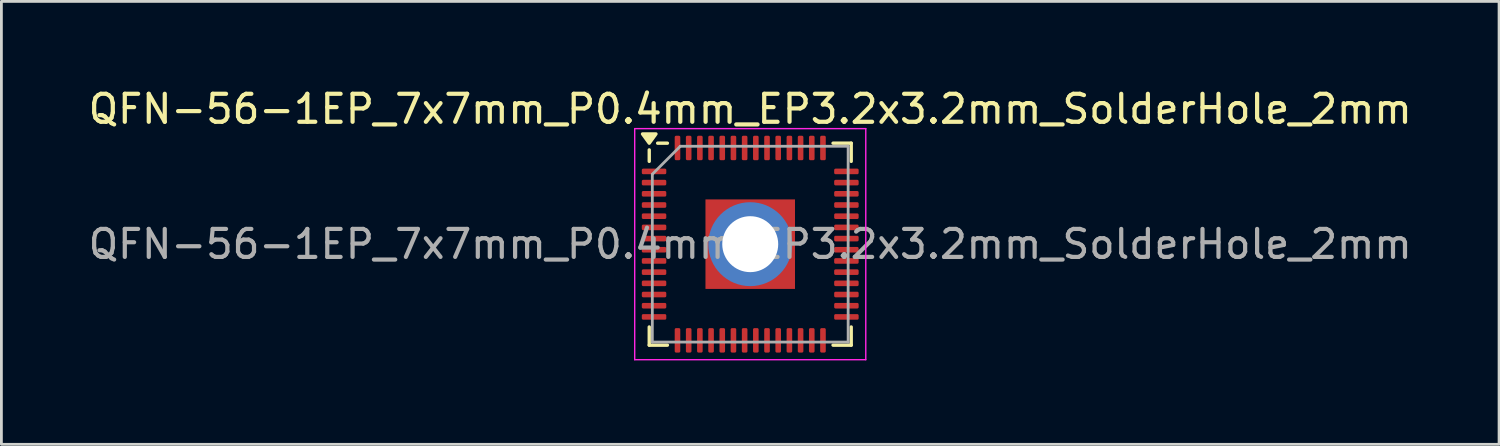
<source format=kicad_pcb>
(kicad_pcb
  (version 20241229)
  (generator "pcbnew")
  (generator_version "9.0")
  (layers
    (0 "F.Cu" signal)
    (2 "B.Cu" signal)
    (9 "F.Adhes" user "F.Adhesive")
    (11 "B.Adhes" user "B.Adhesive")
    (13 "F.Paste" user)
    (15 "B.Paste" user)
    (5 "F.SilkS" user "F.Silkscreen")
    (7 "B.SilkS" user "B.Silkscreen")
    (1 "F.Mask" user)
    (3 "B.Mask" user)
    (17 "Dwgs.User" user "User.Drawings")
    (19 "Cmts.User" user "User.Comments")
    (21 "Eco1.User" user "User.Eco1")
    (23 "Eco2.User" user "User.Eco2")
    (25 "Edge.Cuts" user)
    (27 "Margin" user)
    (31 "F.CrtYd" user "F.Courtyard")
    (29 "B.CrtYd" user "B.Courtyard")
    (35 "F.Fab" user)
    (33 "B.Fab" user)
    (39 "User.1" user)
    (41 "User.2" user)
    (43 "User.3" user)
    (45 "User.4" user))
  (footprint "QFN-56-1EP_7x7mm_P0.4mm_EP3.2x3.2mm_SolderHole_2mm"
    (layer "F.Cu")
    (at 23.768 5.678)
    (property "Reference" "QFN-56-1EP_7x7mm_P0.4mm_EP3.2x3.2mm_SolderHole_2mm" (at 0 -4.83 0) (layer "F.SilkS") (effects (font (size 1 1) (thickness 0.15))))
    (attr smd)
    (fp_line (start -3.61 -2.96) (end -3.61 -3.37) (stroke (width 0.12) (type solid)) (layer "F.SilkS"))
    (fp_line (start -3.61 3.61) (end -3.61 2.96) (stroke (width 0.12) (type solid)) (layer "F.SilkS"))
    (fp_line (start -2.96 -3.61) (end -3.31 -3.61) (stroke (width 0.12) (type solid)) (layer "F.SilkS"))
    (fp_line (start -2.96 3.61) (end -3.61 3.61) (stroke (width 0.12) (type solid)) (layer "F.SilkS"))
    (fp_line (start 2.96 -3.61) (end 3.61 -3.61) (stroke (width 0.12) (type solid)) (layer "F.SilkS"))
    (fp_line (start 2.96 3.61) (end 3.61 3.61) (stroke (width 0.12) (type solid)) (layer "F.SilkS"))
    (fp_line (start 3.61 -3.61) (end 3.61 -2.96) (stroke (width 0.12) (type solid)) (layer "F.SilkS"))
    (fp_line (start 3.61 3.61) (end 3.61 2.96) (stroke (width 0.12) (type solid)) (layer "F.SilkS"))
    (fp_poly (pts (xy -3.61 -3.61) (xy -3.85 -3.94) (xy -3.37 -3.94) (xy -3.61 -3.61)) (stroke (width 0.12) (type solid)) (fill yes) (layer "F.SilkS"))
    (fp_line (start -4.13 -4.13) (end -4.13 4.13) (stroke (width 0.05) (type solid)) (layer "F.CrtYd"))
    (fp_line (start -4.13 4.13) (end 4.13 4.13) (stroke (width 0.05) (type solid)) (layer "F.CrtYd"))
    (fp_line (start 4.13 -4.13) (end -4.13 -4.13) (stroke (width 0.05) (type solid)) (layer "F.CrtYd"))
    (fp_line (start 4.13 4.13) (end 4.13 -4.13) (stroke (width 0.05) (type solid)) (layer "F.CrtYd"))
    (fp_line (start -3.5 -2.5) (end -2.5 -3.5) (stroke (width 0.1) (type solid)) (layer "F.Fab"))
    (fp_line (start -3.5 3.5) (end -3.5 -2.5) (stroke (width 0.1) (type solid)) (layer "F.Fab"))
    (fp_line (start -2.5 -3.5) (end 3.5 -3.5) (stroke (width 0.1) (type solid)) (layer "F.Fab"))
    (fp_line (start 3.5 -3.5) (end 3.5 3.5) (stroke (width 0.1) (type solid)) (layer "F.Fab"))
    (fp_line (start 3.5 3.5) (end -3.5 3.5) (stroke (width 0.1) (type solid)) (layer "F.Fab"))
    (fp_text user "${REFERENCE}" (at 0 0 0) (layer "F.Fab") (effects (font (size 1 1) (thickness 0.15))))
    (pad "" smd roundrect (at -0.8 -0.8) (size 1.29 1.29) (layers "F.Paste") (roundrect_rratio 0.194))
    (pad "" smd roundrect (at -0.8 0.8) (size 1.29 1.29) (layers "F.Paste") (roundrect_rratio 0.194))
    (pad "" smd roundrect (at 0.8 -0.8) (size 1.29 1.29) (layers "F.Paste") (roundrect_rratio 0.194))
    (pad "" smd roundrect (at 0.8 0.8) (size 1.29 1.29) (layers "F.Paste") (roundrect_rratio 0.194))
    (pad "1" smd roundrect (at -3.438 -2.6) (size 0.875 0.2) (layers "F.Cu" "F.Mask" "F.Paste") (roundrect_rratio 0.25))
    (pad "2" smd roundrect (at -3.438 -2.2) (size 0.875 0.2) (layers "F.Cu" "F.Mask" "F.Paste") (roundrect_rratio 0.25))
    (pad "3" smd roundrect (at -3.438 -1.8) (size 0.875 0.2) (layers "F.Cu" "F.Mask" "F.Paste") (roundrect_rratio 0.25))
    (pad "4" smd roundrect (at -3.438 -1.4) (size 0.875 0.2) (layers "F.Cu" "F.Mask" "F.Paste") (roundrect_rratio 0.25))
    (pad "5" smd roundrect (at -3.438 -1) (size 0.875 0.2) (layers "F.Cu" "F.Mask" "F.Paste") (roundrect_rratio 0.25))
    (pad "6" smd roundrect (at -3.438 -0.6) (size 0.875 0.2) (layers "F.Cu" "F.Mask" "F.Paste") (roundrect_rratio 0.25))
    (pad "7" smd roundrect (at -3.438 -0.2) (size 0.875 0.2) (layers "F.Cu" "F.Mask" "F.Paste") (roundrect_rratio 0.25))
    (pad "8" smd roundrect (at -3.438 0.2) (size 0.875 0.2) (layers "F.Cu" "F.Mask" "F.Paste") (roundrect_rratio 0.25))
    (pad "9" smd roundrect (at -3.438 0.6) (size 0.875 0.2) (layers "F.Cu" "F.Mask" "F.Paste") (roundrect_rratio 0.25))
    (pad "10" smd roundrect (at -3.438 1) (size 0.875 0.2) (layers "F.Cu" "F.Mask" "F.Paste") (roundrect_rratio 0.25))
    (pad "11" smd roundrect (at -3.438 1.4) (size 0.875 0.2) (layers "F.Cu" "F.Mask" "F.Paste") (roundrect_rratio 0.25))
    (pad "12" smd roundrect (at -3.438 1.8) (size 0.875 0.2) (layers "F.Cu" "F.Mask" "F.Paste") (roundrect_rratio 0.25))
    (pad "13" smd roundrect (at -3.438 2.2) (size 0.875 0.2) (layers "F.Cu" "F.Mask" "F.Paste") (roundrect_rratio 0.25))
    (pad "14" smd roundrect (at -3.438 2.6) (size 0.875 0.2) (layers "F.Cu" "F.Mask" "F.Paste") (roundrect_rratio 0.25))
    (pad "15" smd roundrect (at -2.6 3.438) (size 0.2 0.875) (layers "F.Cu" "F.Mask" "F.Paste") (roundrect_rratio 0.25))
    (pad "16" smd roundrect (at -2.2 3.438) (size 0.2 0.875) (layers "F.Cu" "F.Mask" "F.Paste") (roundrect_rratio 0.25))
    (pad "17" smd roundrect (at -1.8 3.438) (size 0.2 0.875) (layers "F.Cu" "F.Mask" "F.Paste") (roundrect_rratio 0.25))
    (pad "18" smd roundrect (at -1.4 3.438) (size 0.2 0.875) (layers "F.Cu" "F.Mask" "F.Paste") (roundrect_rratio 0.25))
    (pad "19" smd roundrect (at -1 3.438) (size 0.2 0.875) (layers "F.Cu" "F.Mask" "F.Paste") (roundrect_rratio 0.25))
    (pad "20" smd roundrect (at -0.6 3.438) (size 0.2 0.875) (layers "F.Cu" "F.Mask" "F.Paste") (roundrect_rratio 0.25))
    (pad "21" smd roundrect (at -0.2 3.438) (size 0.2 0.875) (layers "F.Cu" "F.Mask" "F.Paste") (roundrect_rratio 0.25))
    (pad "22" smd roundrect (at 0.2 3.438) (size 0.2 0.875) (layers "F.Cu" "F.Mask" "F.Paste") (roundrect_rratio 0.25))
    (pad "23" smd roundrect (at 0.6 3.438) (size 0.2 0.875) (layers "F.Cu" "F.Mask" "F.Paste") (roundrect_rratio 0.25))
    (pad "24" smd roundrect (at 1 3.438) (size 0.2 0.875) (layers "F.Cu" "F.Mask" "F.Paste") (roundrect_rratio 0.25))
    (pad "25" smd roundrect (at 1.4 3.438) (size 0.2 0.875) (layers "F.Cu" "F.Mask" "F.Paste") (roundrect_rratio 0.25))
    (pad "26" smd roundrect (at 1.8 3.438) (size 0.2 0.875) (layers "F.Cu" "F.Mask" "F.Paste") (roundrect_rratio 0.25))
    (pad "27" smd roundrect (at 2.2 3.438) (size 0.2 0.875) (layers "F.Cu" "F.Mask" "F.Paste") (roundrect_rratio 0.25))
    (pad "28" smd roundrect (at 2.6 3.438) (size 0.2 0.875) (layers "F.Cu" "F.Mask" "F.Paste") (roundrect_rratio 0.25))
    (pad "29" smd roundrect (at 3.438 2.6) (size 0.875 0.2) (layers "F.Cu" "F.Mask" "F.Paste") (roundrect_rratio 0.25))
    (pad "30" smd roundrect (at 3.438 2.2) (size 0.875 0.2) (layers "F.Cu" "F.Mask" "F.Paste") (roundrect_rratio 0.25))
    (pad "31" smd roundrect (at 3.438 1.8) (size 0.875 0.2) (layers "F.Cu" "F.Mask" "F.Paste") (roundrect_rratio 0.25))
    (pad "32" smd roundrect (at 3.438 1.4) (size 0.875 0.2) (layers "F.Cu" "F.Mask" "F.Paste") (roundrect_rratio 0.25))
    (pad "33" smd roundrect (at 3.438 1) (size 0.875 0.2) (layers "F.Cu" "F.Mask" "F.Paste") (roundrect_rratio 0.25))
    (pad "34" smd roundrect (at 3.438 0.6) (size 0.875 0.2) (layers "F.Cu" "F.Mask" "F.Paste") (roundrect_rratio 0.25))
    (pad "35" smd roundrect (at 3.438 0.2) (size 0.875 0.2) (layers "F.Cu" "F.Mask" "F.Paste") (roundrect_rratio 0.25))
    (pad "36" smd roundrect (at 3.438 -0.2) (size 0.875 0.2) (layers "F.Cu" "F.Mask" "F.Paste") (roundrect_rratio 0.25))
    (pad "37" smd roundrect (at 3.438 -0.6) (size 0.875 0.2) (layers "F.Cu" "F.Mask" "F.Paste") (roundrect_rratio 0.25))
    (pad "38" smd roundrect (at 3.438 -1) (size 0.875 0.2) (layers "F.Cu" "F.Mask" "F.Paste") (roundrect_rratio 0.25))
    (pad "39" smd roundrect (at 3.438 -1.4) (size 0.875 0.2) (layers "F.Cu" "F.Mask" "F.Paste") (roundrect_rratio 0.25))
    (pad "40" smd roundrect (at 3.438 -1.8) (size 0.875 0.2) (layers "F.Cu" "F.Mask" "F.Paste") (roundrect_rratio 0.25))
    (pad "41" smd roundrect (at 3.438 -2.2) (size 0.875 0.2) (layers "F.Cu" "F.Mask" "F.Paste") (roundrect_rratio 0.25))
    (pad "42" smd roundrect (at 3.438 -2.6) (size 0.875 0.2) (layers "F.Cu" "F.Mask" "F.Paste") (roundrect_rratio 0.25))
    (pad "43" smd roundrect (at 2.6 -3.438) (size 0.2 0.875) (layers "F.Cu" "F.Mask" "F.Paste") (roundrect_rratio 0.25))
    (pad "44" smd roundrect (at 2.2 -3.438) (size 0.2 0.875) (layers "F.Cu" "F.Mask" "F.Paste") (roundrect_rratio 0.25))
    (pad "45" smd roundrect (at 1.8 -3.438) (size 0.2 0.875) (layers "F.Cu" "F.Mask" "F.Paste") (roundrect_rratio 0.25))
    (pad "46" smd roundrect (at 1.4 -3.438) (size 0.2 0.875) (layers "F.Cu" "F.Mask" "F.Paste") (roundrect_rratio 0.25))
    (pad "47" smd roundrect (at 1 -3.438) (size 0.2 0.875) (layers "F.Cu" "F.Mask" "F.Paste") (roundrect_rratio 0.25))
    (pad "48" smd roundrect (at 0.6 -3.438) (size 0.2 0.875) (layers "F.Cu" "F.Mask" "F.Paste") (roundrect_rratio 0.25))
    (pad "49" smd roundrect (at 0.2 -3.438) (size 0.2 0.875) (layers "F.Cu" "F.Mask" "F.Paste") (roundrect_rratio 0.25))
    (pad "50" smd roundrect (at -0.2 -3.438) (size 0.2 0.875) (layers "F.Cu" "F.Mask" "F.Paste") (roundrect_rratio 0.25))
    (pad "51" smd roundrect (at -0.6 -3.438) (size 0.2 0.875) (layers "F.Cu" "F.Mask" "F.Paste") (roundrect_rratio 0.25))
    (pad "52" smd roundrect (at -1 -3.438) (size 0.2 0.875) (layers "F.Cu" "F.Mask" "F.Paste") (roundrect_rratio 0.25))
    (pad "53" smd roundrect (at -1.4 -3.438) (size 0.2 0.875) (layers "F.Cu" "F.Mask" "F.Paste") (roundrect_rratio 0.25))
    (pad "54" smd roundrect (at -1.8 -3.438) (size 0.2 0.875) (layers "F.Cu" "F.Mask" "F.Paste") (roundrect_rratio 0.25))
    (pad "55" smd roundrect (at -2.2 -3.438) (size 0.2 0.875) (layers "F.Cu" "F.Mask" "F.Paste") (roundrect_rratio 0.25))
    (pad "56" smd roundrect (at -2.6 -3.438) (size 0.2 0.875) (layers "F.Cu" "F.Mask" "F.Paste") (roundrect_rratio 0.25))
    (pad "57" thru_hole circle (at 0 0) (size 3 3) (drill 2) (layers "*.Cu" "*.Mask"))
    (pad "57" smd rect (at 0 0) (size 3.2 3.2) (property pad_prop_heatsink) (layers "F.Cu" "F.Mask")))
  (gr_rect
    (start -3 -3)
    (end 50.536 12.833)
    (stroke (width 0.1) (type default))
    (fill no)
    (layer "Edge.Cuts")))
</source>
